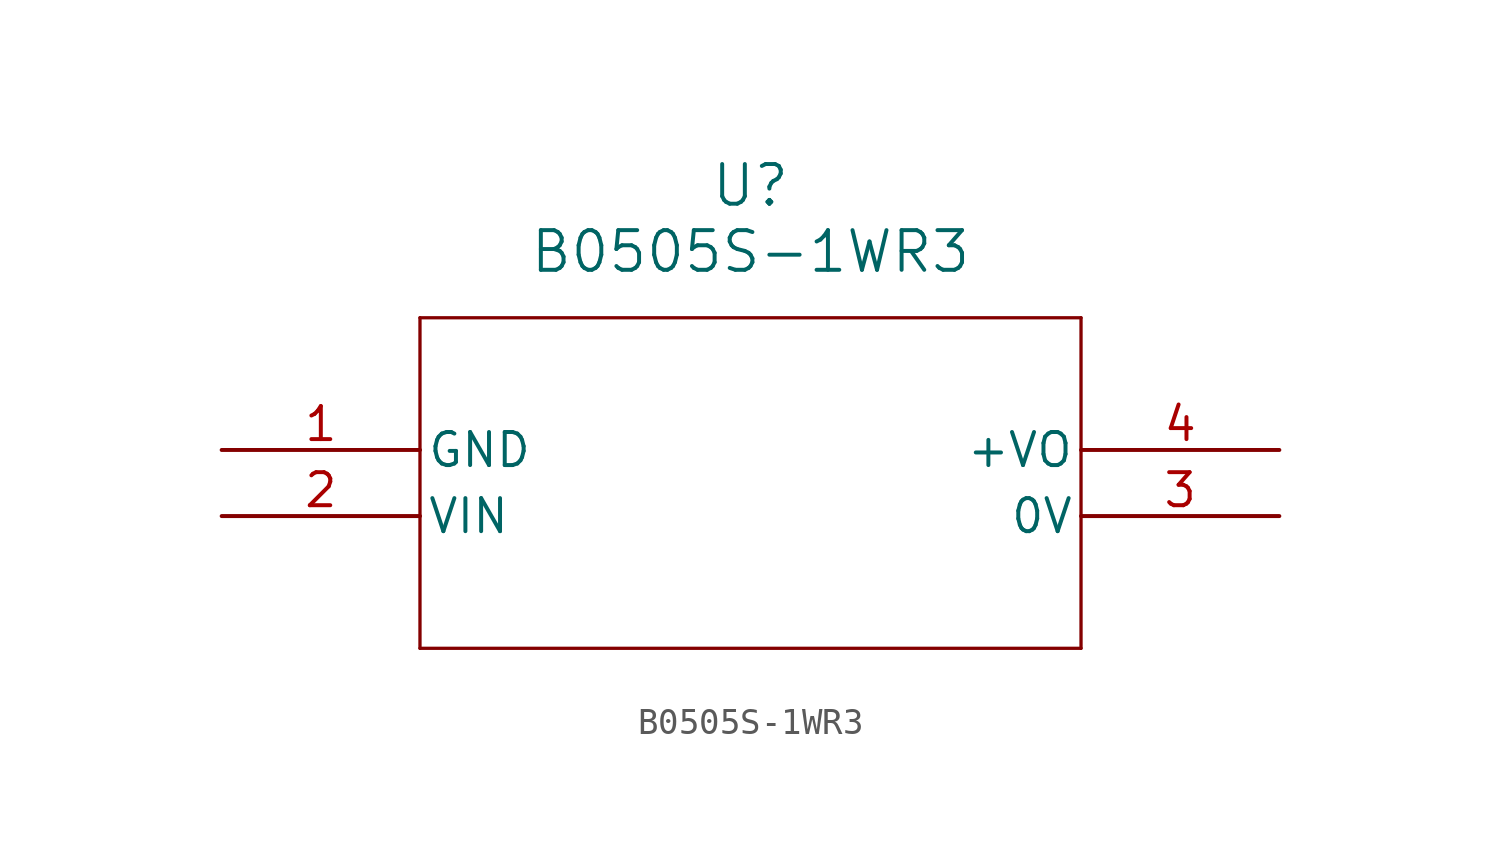
<source format=kicad_sym>
(kicad_symbol_lib
  (version 20211014)
  (generator kicad_symbol_editor)
  (symbol "B0505S-1WR3"
    (pin_names
      (offset 0.254))
    (property "Reference" "U"
      (at 20.32 10.16 0)
      (effects (font (size 1.524 1.524))))
    (property "Value" "B0505S-1WR3"
      (at 20.32 7.62 0)
      (effects (font (size 1.524 1.524))))
    (symbol "B0505S-1WR3_0_1"
      (polyline (pts (xy 7.62 5.08) (xy 7.62 -7.62)) (stroke (width 0.127) (type default) (color 0 0 0 0)) (fill (type none)))
      (polyline (pts (xy 7.62 -7.62) (xy 33.02 -7.62)) (stroke (width 0.127) (type default) (color 0 0 0 0)) (fill (type none)))
      (polyline (pts (xy 33.02 -7.62) (xy 33.02 5.08)) (stroke (width 0.127) (type default) (color 0 0 0 0)) (fill (type none)))
      (polyline (pts (xy 33.02 5.08) (xy 7.62 5.08)) (stroke (width 0.127) (type default) (color 0 0 0 0)) (fill (type none)))
      (pin power_out line (at 0 0 0) (length 7.62) (name "GND" (effects (font (size 1.27 1.27)))) (number "1" (effects (font (size 1.27 1.27)))))
      (pin unspecified line (at 0 -2.54 0) (length 7.62) (name "VIN" (effects (font (size 1.27 1.27)))) (number "2" (effects (font (size 1.27 1.27)))))
      (pin unspecified line (at 40.64 -2.54 180) (length 7.62) (name "0V" (effects (font (size 1.27 1.27)))) (number "3" (effects (font (size 1.27 1.27)))))
      (pin power_in line (at 40.64 0 180) (length 7.62) (name "+VO" (effects (font (size 1.27 1.27)))) (number "4" (effects (font (size 1.27 1.27))))))))
</source>
